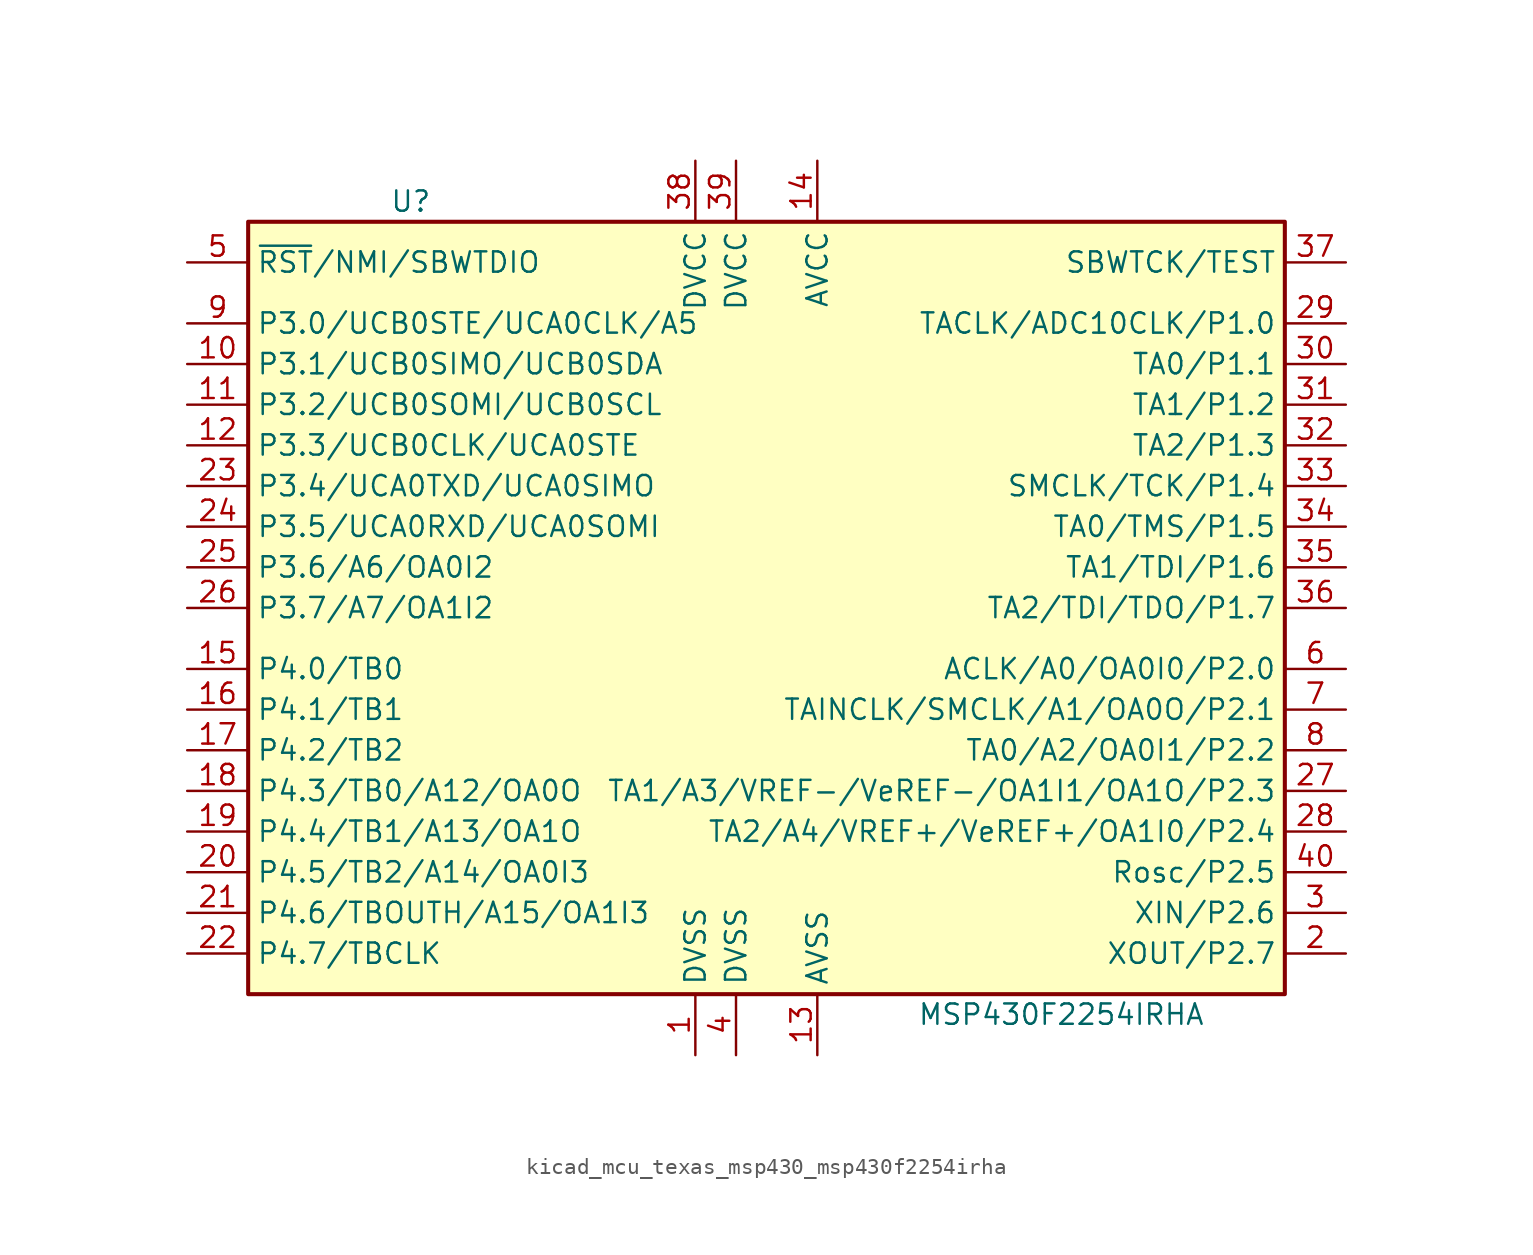
<source format=kicad_sym>
(kicad_symbol_lib
  (version 20220914)
  (generator kicad_symbol_editor)
  (symbol "kicad_mcu_texas_msp430_msp430f2254irha"
    (property "Reference" "U"
      (at -22.86 25.4 0)
      (effects (font (size 1.27 1.27))))
    (property "Value" "MSP430F2254IRHA"
      (at 17.78 -25.4 0)
      (effects (font (size 1.27 1.27))))
    (symbol "kicad_mcu_texas_msp430_msp430f2254irha_0_1"
      (rectangle (start -33.02 24.13) (end 31.75 -24.13) (stroke (width 0.254) (type default)) (fill (type background))))
    (symbol "kicad_mcu_texas_msp430_msp430f2254irha_1_1"
      (pin power_in line (at -5.08 -27.94 90) (length 3.81) (name "DVSS" (effects (font (size 1.27 1.27)))) (number "1" (effects (font (size 1.27 1.27)))))
      (pin bidirectional line (at -36.83 15.24 0) (length 3.81) (name "P3.1/UCB0SIMO/UCB0SDA" (effects (font (size 1.27 1.27)))) (number "10" (effects (font (size 1.27 1.27)))))
      (pin bidirectional line (at -36.83 12.7 0) (length 3.81) (name "P3.2/UCB0SOMI/UCB0SCL" (effects (font (size 1.27 1.27)))) (number "11" (effects (font (size 1.27 1.27)))))
      (pin bidirectional line (at -36.83 10.16 0) (length 3.81) (name "P3.3/UCB0CLK/UCA0STE" (effects (font (size 1.27 1.27)))) (number "12" (effects (font (size 1.27 1.27)))))
      (pin power_in line (at 2.54 -27.94 90) (length 3.81) (name "AVSS" (effects (font (size 1.27 1.27)))) (number "13" (effects (font (size 1.27 1.27)))))
      (pin power_in line (at 2.54 27.94 270) (length 3.81) (name "AVCC" (effects (font (size 1.27 1.27)))) (number "14" (effects (font (size 1.27 1.27)))))
      (pin bidirectional line (at -36.83 -3.81 0) (length 3.81) (name "P4.0/TB0" (effects (font (size 1.27 1.27)))) (number "15" (effects (font (size 1.27 1.27)))))
      (pin bidirectional line (at -36.83 -6.35 0) (length 3.81) (name "P4.1/TB1" (effects (font (size 1.27 1.27)))) (number "16" (effects (font (size 1.27 1.27)))))
      (pin bidirectional line (at -36.83 -8.89 0) (length 3.81) (name "P4.2/TB2" (effects (font (size 1.27 1.27)))) (number "17" (effects (font (size 1.27 1.27)))))
      (pin bidirectional line (at -36.83 -11.43 0) (length 3.81) (name "P4.3/TB0/A12/OA0O" (effects (font (size 1.27 1.27)))) (number "18" (effects (font (size 1.27 1.27)))))
      (pin bidirectional line (at -36.83 -13.97 0) (length 3.81) (name "P4.4/TB1/A13/OA1O" (effects (font (size 1.27 1.27)))) (number "19" (effects (font (size 1.27 1.27)))))
      (pin bidirectional line (at 35.56 -21.59 180) (length 3.81) (name "XOUT/P2.7" (effects (font (size 1.27 1.27)))) (number "2" (effects (font (size 1.27 1.27)))))
      (pin bidirectional line (at -36.83 -16.51 0) (length 3.81) (name "P4.5/TB2/A14/OA0I3" (effects (font (size 1.27 1.27)))) (number "20" (effects (font (size 1.27 1.27)))))
      (pin bidirectional line (at -36.83 -19.05 0) (length 3.81) (name "P4.6/TBOUTH/A15/OA1I3" (effects (font (size 1.27 1.27)))) (number "21" (effects (font (size 1.27 1.27)))))
      (pin bidirectional line (at -36.83 -21.59 0) (length 3.81) (name "P4.7/TBCLK" (effects (font (size 1.27 1.27)))) (number "22" (effects (font (size 1.27 1.27)))))
      (pin bidirectional line (at -36.83 7.62 0) (length 3.81) (name "P3.4/UCA0TXD/UCA0SIMO" (effects (font (size 1.27 1.27)))) (number "23" (effects (font (size 1.27 1.27)))))
      (pin bidirectional line (at -36.83 5.08 0) (length 3.81) (name "P3.5/UCA0RXD/UCA0SOMI" (effects (font (size 1.27 1.27)))) (number "24" (effects (font (size 1.27 1.27)))))
      (pin bidirectional line (at -36.83 2.54 0) (length 3.81) (name "P3.6/A6/OA0I2" (effects (font (size 1.27 1.27)))) (number "25" (effects (font (size 1.27 1.27)))))
      (pin bidirectional line (at -36.83 0 0) (length 3.81) (name "P3.7/A7/OA1I2" (effects (font (size 1.27 1.27)))) (number "26" (effects (font (size 1.27 1.27)))))
      (pin bidirectional line (at 35.56 -11.43 180) (length 3.81) (name "TA1/A3/VREF-/VeREF-/OA1I1/OA1O/P2.3" (effects (font (size 1.27 1.27)))) (number "27" (effects (font (size 1.27 1.27)))))
      (pin bidirectional line (at 35.56 -13.97 180) (length 3.81) (name "TA2/A4/VREF+/VeREF+/OA1I0/P2.4" (effects (font (size 1.27 1.27)))) (number "28" (effects (font (size 1.27 1.27)))))
      (pin bidirectional line (at 35.56 17.78 180) (length 3.81) (name "TACLK/ADC10CLK/P1.0" (effects (font (size 1.27 1.27)))) (number "29" (effects (font (size 1.27 1.27)))))
      (pin bidirectional line (at 35.56 -19.05 180) (length 3.81) (name "XIN/P2.6" (effects (font (size 1.27 1.27)))) (number "3" (effects (font (size 1.27 1.27)))))
      (pin bidirectional line (at 35.56 15.24 180) (length 3.81) (name "TA0/P1.1" (effects (font (size 1.27 1.27)))) (number "30" (effects (font (size 1.27 1.27)))))
      (pin bidirectional line (at 35.56 12.7 180) (length 3.81) (name "TA1/P1.2" (effects (font (size 1.27 1.27)))) (number "31" (effects (font (size 1.27 1.27)))))
      (pin bidirectional line (at 35.56 10.16 180) (length 3.81) (name "TA2/P1.3" (effects (font (size 1.27 1.27)))) (number "32" (effects (font (size 1.27 1.27)))))
      (pin bidirectional line (at 35.56 7.62 180) (length 3.81) (name "SMCLK/TCK/P1.4" (effects (font (size 1.27 1.27)))) (number "33" (effects (font (size 1.27 1.27)))))
      (pin bidirectional line (at 35.56 5.08 180) (length 3.81) (name "TA0/TMS/P1.5" (effects (font (size 1.27 1.27)))) (number "34" (effects (font (size 1.27 1.27)))))
      (pin bidirectional line (at 35.56 2.54 180) (length 3.81) (name "TA1/TDI/P1.6" (effects (font (size 1.27 1.27)))) (number "35" (effects (font (size 1.27 1.27)))))
      (pin bidirectional line (at 35.56 0 180) (length 3.81) (name "TA2/TDI/TDO/P1.7" (effects (font (size 1.27 1.27)))) (number "36" (effects (font (size 1.27 1.27)))))
      (pin input line (at 35.56 21.59 180) (length 3.81) (name "SBWTCK/TEST" (effects (font (size 1.27 1.27)))) (number "37" (effects (font (size 1.27 1.27)))))
      (pin power_in line (at -5.08 27.94 270) (length 3.81) (name "DVCC" (effects (font (size 1.27 1.27)))) (number "38" (effects (font (size 1.27 1.27)))))
      (pin power_in line (at -2.54 27.94 270) (length 3.81) (name "DVCC" (effects (font (size 1.27 1.27)))) (number "39" (effects (font (size 1.27 1.27)))))
      (pin power_in line (at -2.54 -27.94 90) (length 3.81) (name "DVSS" (effects (font (size 1.27 1.27)))) (number "4" (effects (font (size 1.27 1.27)))))
      (pin bidirectional line (at 35.56 -16.51 180) (length 3.81) (name "Rosc/P2.5" (effects (font (size 1.27 1.27)))) (number "40" (effects (font (size 1.27 1.27)))))
      (pin bidirectional line (at -36.83 21.59 0) (length 3.81) (name "~{RST}/NMI/SBWTDIO" (effects (font (size 1.27 1.27)))) (number "5" (effects (font (size 1.27 1.27)))))
      (pin bidirectional line (at 35.56 -3.81 180) (length 3.81) (name "ACLK/A0/OA0I0/P2.0" (effects (font (size 1.27 1.27)))) (number "6" (effects (font (size 1.27 1.27)))))
      (pin bidirectional line (at 35.56 -6.35 180) (length 3.81) (name "TAINCLK/SMCLK/A1/OA0O/P2.1" (effects (font (size 1.27 1.27)))) (number "7" (effects (font (size 1.27 1.27)))))
      (pin bidirectional line (at 35.56 -8.89 180) (length 3.81) (name "TA0/A2/OA0I1/P2.2" (effects (font (size 1.27 1.27)))) (number "8" (effects (font (size 1.27 1.27)))))
      (pin bidirectional line (at -36.83 17.78 0) (length 3.81) (name "P3.0/UCB0STE/UCA0CLK/A5" (effects (font (size 1.27 1.27)))) (number "9" (effects (font (size 1.27 1.27))))))))
</source>
